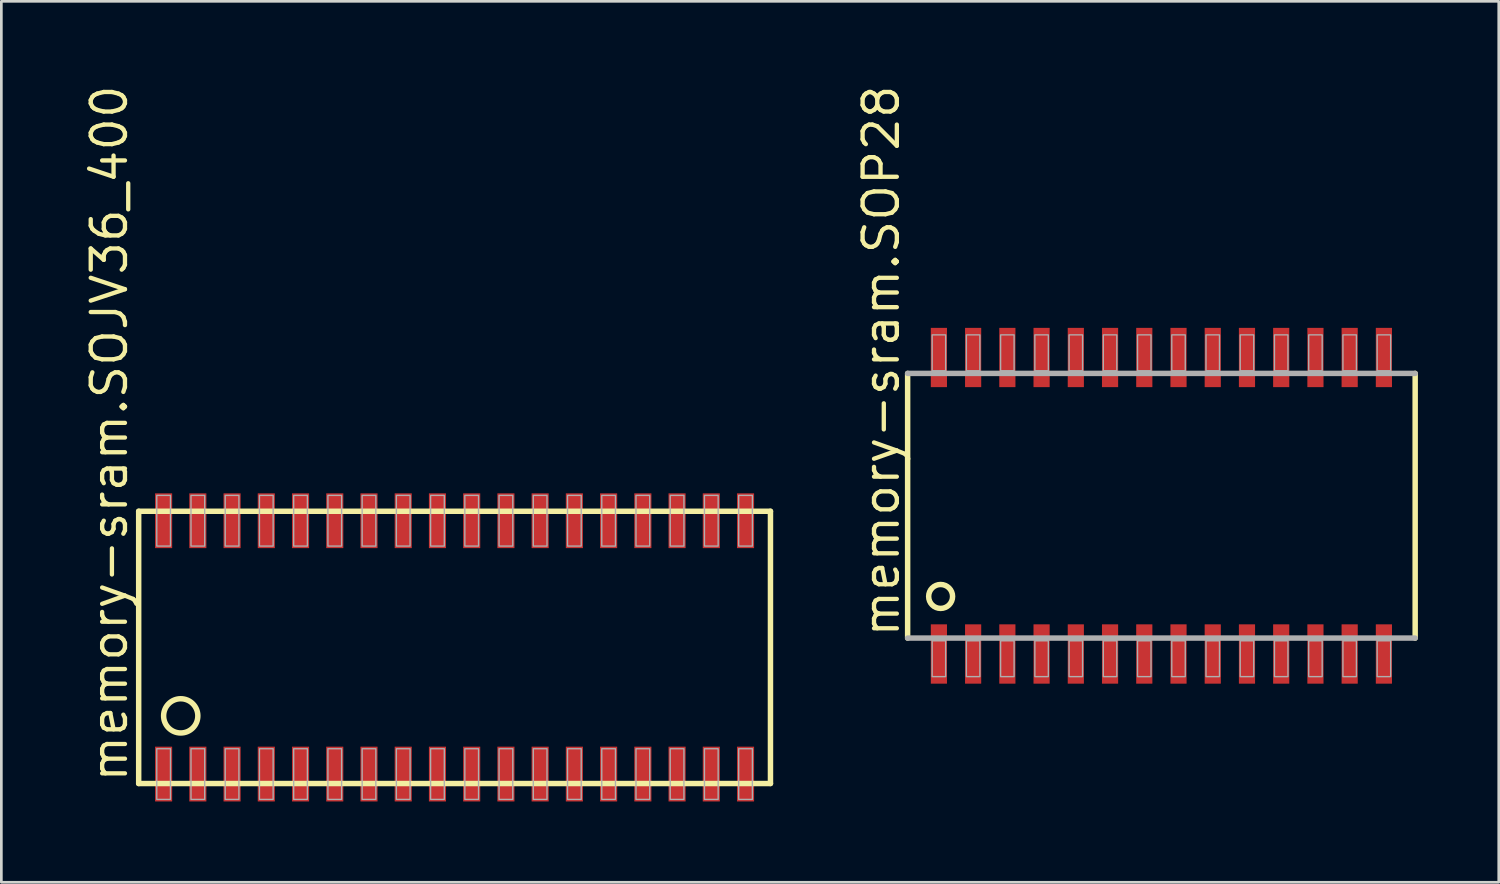
<source format=kicad_pcb>
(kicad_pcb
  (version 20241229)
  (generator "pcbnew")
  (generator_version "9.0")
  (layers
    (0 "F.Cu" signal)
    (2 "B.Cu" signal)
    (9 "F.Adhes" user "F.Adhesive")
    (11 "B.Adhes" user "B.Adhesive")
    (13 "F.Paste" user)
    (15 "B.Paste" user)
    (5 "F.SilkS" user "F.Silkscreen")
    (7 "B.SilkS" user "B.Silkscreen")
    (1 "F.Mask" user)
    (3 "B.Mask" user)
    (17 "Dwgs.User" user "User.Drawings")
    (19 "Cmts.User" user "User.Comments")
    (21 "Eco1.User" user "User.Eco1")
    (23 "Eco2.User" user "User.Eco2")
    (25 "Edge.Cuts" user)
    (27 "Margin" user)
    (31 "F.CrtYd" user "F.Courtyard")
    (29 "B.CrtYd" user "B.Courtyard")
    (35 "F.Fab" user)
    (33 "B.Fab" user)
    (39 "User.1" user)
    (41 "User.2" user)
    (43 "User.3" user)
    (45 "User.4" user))
  (footprint "memory-sram.SOP28"
    (layer "F.Cu")
    (at 40.039 15.714)
    (property "Reference" "memory-sram.SOP28" (at -9.652 4.953 90) (layer "F.SilkS") (effects (font (size 1.27 1.27) (thickness 0.16)) (justify left bottom)))
    (attr smd)
    (fp_line (start -9.415 4.91) (end -9.415 -4.91) (stroke (width 0.203) (type default)) (layer "F.SilkS"))
    (fp_line (start 9.415 -4.91) (end 9.415 4.91) (stroke (width 0.203) (type default)) (layer "F.SilkS"))
    (fp_circle (center -8.191 3.365) (end -7.747 3.365) (stroke (width 0.203) (type default)) (fill no) (layer "F.SilkS"))
    (fp_line (start -9.415 -4.91) (end 9.415 -4.91) (stroke (width 0.203) (type default)) (layer "F.Fab"))
    (fp_line (start 9.415 4.91) (end -9.415 4.91) (stroke (width 0.203) (type default)) (layer "F.Fab"))
    (fp_rect (start -8.505 -5.01) (end -8.005 -6.34) (stroke (width 0.05) (type default)) (fill no) (layer "F.Fab"))
    (fp_rect (start -8.505 6.34) (end -8.005 5.01) (stroke (width 0.05) (type default)) (fill no) (layer "F.Fab"))
    (fp_rect (start -7.235 -5.01) (end -6.735 -6.34) (stroke (width 0.05) (type default)) (fill no) (layer "F.Fab"))
    (fp_rect (start -7.235 6.34) (end -6.735 5.01) (stroke (width 0.05) (type default)) (fill no) (layer "F.Fab"))
    (fp_rect (start -5.965 -5.01) (end -5.465 -6.34) (stroke (width 0.05) (type default)) (fill no) (layer "F.Fab"))
    (fp_rect (start -5.965 6.34) (end -5.465 5.01) (stroke (width 0.05) (type default)) (fill no) (layer "F.Fab"))
    (fp_rect (start -4.695 -5.01) (end -4.195 -6.34) (stroke (width 0.05) (type default)) (fill no) (layer "F.Fab"))
    (fp_rect (start -4.695 6.34) (end -4.195 5.01) (stroke (width 0.05) (type default)) (fill no) (layer "F.Fab"))
    (fp_rect (start -3.425 -5.01) (end -2.925 -6.34) (stroke (width 0.05) (type default)) (fill no) (layer "F.Fab"))
    (fp_rect (start -3.425 6.34) (end -2.925 5.01) (stroke (width 0.05) (type default)) (fill no) (layer "F.Fab"))
    (fp_rect (start -2.155 -5.01) (end -1.655 -6.34) (stroke (width 0.05) (type default)) (fill no) (layer "F.Fab"))
    (fp_rect (start -2.155 6.34) (end -1.655 5.01) (stroke (width 0.05) (type default)) (fill no) (layer "F.Fab"))
    (fp_rect (start -0.885 -5.01) (end -0.385 -6.34) (stroke (width 0.05) (type default)) (fill no) (layer "F.Fab"))
    (fp_rect (start -0.885 6.34) (end -0.385 5.01) (stroke (width 0.05) (type default)) (fill no) (layer "F.Fab"))
    (fp_rect (start 0.385 -5.01) (end 0.885 -6.34) (stroke (width 0.05) (type default)) (fill no) (layer "F.Fab"))
    (fp_rect (start 0.385 6.34) (end 0.885 5.01) (stroke (width 0.05) (type default)) (fill no) (layer "F.Fab"))
    (fp_rect (start 1.655 -5.01) (end 2.155 -6.34) (stroke (width 0.05) (type default)) (fill no) (layer "F.Fab"))
    (fp_rect (start 1.655 6.34) (end 2.155 5.01) (stroke (width 0.05) (type default)) (fill no) (layer "F.Fab"))
    (fp_rect (start 2.925 -5.01) (end 3.425 -6.34) (stroke (width 0.05) (type default)) (fill no) (layer "F.Fab"))
    (fp_rect (start 2.925 6.34) (end 3.425 5.01) (stroke (width 0.05) (type default)) (fill no) (layer "F.Fab"))
    (fp_rect (start 4.195 -5.01) (end 4.695 -6.34) (stroke (width 0.05) (type default)) (fill no) (layer "F.Fab"))
    (fp_rect (start 4.195 6.34) (end 4.695 5.01) (stroke (width 0.05) (type default)) (fill no) (layer "F.Fab"))
    (fp_rect (start 5.465 -5.01) (end 5.965 -6.34) (stroke (width 0.05) (type default)) (fill no) (layer "F.Fab"))
    (fp_rect (start 5.465 6.34) (end 5.965 5.01) (stroke (width 0.05) (type default)) (fill no) (layer "F.Fab"))
    (fp_rect (start 6.735 -5.01) (end 7.235 -6.34) (stroke (width 0.05) (type default)) (fill no) (layer "F.Fab"))
    (fp_rect (start 6.735 6.34) (end 7.235 5.01) (stroke (width 0.05) (type default)) (fill no) (layer "F.Fab"))
    (fp_rect (start 8.005 -5.01) (end 8.505 -6.34) (stroke (width 0.05) (type default)) (fill no) (layer "F.Fab"))
    (fp_rect (start 8.005 6.34) (end 8.505 5.01) (stroke (width 0.05) (type default)) (fill no) (layer "F.Fab"))
    (pad "1" smd roundrect (at -8.255 5.5) (size 0.6 2.2) (layers "F.Cu" "F.Mask" "F.Paste") (roundrect_rratio 0.01))
    (pad "2" smd roundrect (at -6.985 5.5) (size 0.6 2.2) (layers "F.Cu" "F.Mask" "F.Paste") (roundrect_rratio 0.01))
    (pad "3" smd roundrect (at -5.715 5.5) (size 0.6 2.2) (layers "F.Cu" "F.Mask" "F.Paste") (roundrect_rratio 0.01))
    (pad "4" smd roundrect (at -4.445 5.5) (size 0.6 2.2) (layers "F.Cu" "F.Mask" "F.Paste") (roundrect_rratio 0.01))
    (pad "5" smd roundrect (at -3.175 5.5) (size 0.6 2.2) (layers "F.Cu" "F.Mask" "F.Paste") (roundrect_rratio 0.01))
    (pad "6" smd roundrect (at -1.905 5.5) (size 0.6 2.2) (layers "F.Cu" "F.Mask" "F.Paste") (roundrect_rratio 0.01))
    (pad "7" smd roundrect (at -0.635 5.5) (size 0.6 2.2) (layers "F.Cu" "F.Mask" "F.Paste") (roundrect_rratio 0.01))
    (pad "8" smd roundrect (at 0.635 5.5) (size 0.6 2.2) (layers "F.Cu" "F.Mask" "F.Paste") (roundrect_rratio 0.01))
    (pad "9" smd roundrect (at 1.905 5.5) (size 0.6 2.2) (layers "F.Cu" "F.Mask" "F.Paste") (roundrect_rratio 0.01))
    (pad "10" smd roundrect (at 3.175 5.5) (size 0.6 2.2) (layers "F.Cu" "F.Mask" "F.Paste") (roundrect_rratio 0.01))
    (pad "11" smd roundrect (at 4.445 5.5) (size 0.6 2.2) (layers "F.Cu" "F.Mask" "F.Paste") (roundrect_rratio 0.01))
    (pad "12" smd roundrect (at 5.715 5.5) (size 0.6 2.2) (layers "F.Cu" "F.Mask" "F.Paste") (roundrect_rratio 0.01))
    (pad "13" smd roundrect (at 6.985 5.5) (size 0.6 2.2) (layers "F.Cu" "F.Mask" "F.Paste") (roundrect_rratio 0.01))
    (pad "14" smd roundrect (at 8.255 5.5) (size 0.6 2.2) (layers "F.Cu" "F.Mask" "F.Paste") (roundrect_rratio 0.01))
    (pad "15" smd roundrect (at 8.255 -5.5) (size 0.6 2.2) (layers "F.Cu" "F.Mask" "F.Paste") (roundrect_rratio 0.01))
    (pad "16" smd roundrect (at 6.985 -5.5) (size 0.6 2.2) (layers "F.Cu" "F.Mask" "F.Paste") (roundrect_rratio 0.01))
    (pad "17" smd roundrect (at 5.715 -5.5) (size 0.6 2.2) (layers "F.Cu" "F.Mask" "F.Paste") (roundrect_rratio 0.01))
    (pad "18" smd roundrect (at 4.445 -5.5) (size 0.6 2.2) (layers "F.Cu" "F.Mask" "F.Paste") (roundrect_rratio 0.01))
    (pad "19" smd roundrect (at 3.175 -5.5) (size 0.6 2.2) (layers "F.Cu" "F.Mask" "F.Paste") (roundrect_rratio 0.01))
    (pad "20" smd roundrect (at 1.905 -5.5) (size 0.6 2.2) (layers "F.Cu" "F.Mask" "F.Paste") (roundrect_rratio 0.01))
    (pad "21" smd roundrect (at 0.635 -5.5) (size 0.6 2.2) (layers "F.Cu" "F.Mask" "F.Paste") (roundrect_rratio 0.01))
    (pad "22" smd roundrect (at -0.635 -5.5) (size 0.6 2.2) (layers "F.Cu" "F.Mask" "F.Paste") (roundrect_rratio 0.01))
    (pad "23" smd roundrect (at -1.905 -5.5) (size 0.6 2.2) (layers "F.Cu" "F.Mask" "F.Paste") (roundrect_rratio 0.01))
    (pad "24" smd roundrect (at -3.175 -5.5) (size 0.6 2.2) (layers "F.Cu" "F.Mask" "F.Paste") (roundrect_rratio 0.01))
    (pad "25" smd roundrect (at -4.445 -5.5) (size 0.6 2.2) (layers "F.Cu" "F.Mask" "F.Paste") (roundrect_rratio 0.01))
    (pad "26" smd roundrect (at -5.715 -5.5) (size 0.6 2.2) (layers "F.Cu" "F.Mask" "F.Paste") (roundrect_rratio 0.01))
    (pad "27" smd roundrect (at -6.985 -5.5) (size 0.6 2.2) (layers "F.Cu" "F.Mask" "F.Paste") (roundrect_rratio 0.01))
    (pad "28" smd roundrect (at -8.255 -5.5) (size 0.6 2.2) (layers "F.Cu" "F.Mask" "F.Paste") (roundrect_rratio 0.01)))
  (footprint "memory-sram.SOJV36_400"
    (layer "F.Cu")
    (at 13.815 20.969)
    (property "Reference" "memory-sram.SOJV36_400" (at -12.065 5.08 90) (layer "F.SilkS") (effects (font (size 1.27 1.27) (thickness 0.16)) (justify left bottom)))
    (attr smd)
    (fp_line (start -11.72 -5.05) (end 11.72 -5.05) (stroke (width 0.203) (type default)) (layer "F.SilkS"))
    (fp_line (start -11.72 5.05) (end -11.72 -5.05) (stroke (width 0.203) (type default)) (layer "F.SilkS"))
    (fp_line (start 11.72 -5.05) (end 11.72 5.05) (stroke (width 0.203) (type default)) (layer "F.SilkS"))
    (fp_line (start 11.72 5.05) (end -11.72 5.05) (stroke (width 0.203) (type default)) (layer "F.SilkS"))
    (fp_circle (center -10.16 2.54) (end -9.525 2.54) (stroke (width 0.203) (type default)) (fill no) (layer "F.SilkS"))
    (fp_rect (start -11.049 -3.759) (end -10.541 -5.639) (stroke (width 0.05) (type default)) (fill no) (layer "F.Fab"))
    (fp_rect (start -11.049 5.639) (end -10.541 3.759) (stroke (width 0.05) (type default)) (fill no) (layer "F.Fab"))
    (fp_rect (start -9.779 -3.759) (end -9.271 -5.639) (stroke (width 0.05) (type default)) (fill no) (layer "F.Fab"))
    (fp_rect (start -9.779 5.639) (end -9.271 3.759) (stroke (width 0.05) (type default)) (fill no) (layer "F.Fab"))
    (fp_rect (start -8.509 -3.759) (end -8.001 -5.639) (stroke (width 0.05) (type default)) (fill no) (layer "F.Fab"))
    (fp_rect (start -8.509 5.639) (end -8.001 3.759) (stroke (width 0.05) (type default)) (fill no) (layer "F.Fab"))
    (fp_rect (start -7.239 -3.759) (end -6.731 -5.639) (stroke (width 0.05) (type default)) (fill no) (layer "F.Fab"))
    (fp_rect (start -7.239 5.639) (end -6.731 3.759) (stroke (width 0.05) (type default)) (fill no) (layer "F.Fab"))
    (fp_rect (start -5.969 -3.759) (end -5.461 -5.639) (stroke (width 0.05) (type default)) (fill no) (layer "F.Fab"))
    (fp_rect (start -5.969 5.639) (end -5.461 3.759) (stroke (width 0.05) (type default)) (fill no) (layer "F.Fab"))
    (fp_rect (start -4.699 -3.759) (end -4.191 -5.639) (stroke (width 0.05) (type default)) (fill no) (layer "F.Fab"))
    (fp_rect (start -4.699 5.639) (end -4.191 3.759) (stroke (width 0.05) (type default)) (fill no) (layer "F.Fab"))
    (fp_rect (start -3.429 -3.759) (end -2.921 -5.639) (stroke (width 0.05) (type default)) (fill no) (layer "F.Fab"))
    (fp_rect (start -3.429 5.639) (end -2.921 3.759) (stroke (width 0.05) (type default)) (fill no) (layer "F.Fab"))
    (fp_rect (start -2.159 -3.759) (end -1.651 -5.639) (stroke (width 0.05) (type default)) (fill no) (layer "F.Fab"))
    (fp_rect (start -2.159 5.639) (end -1.651 3.759) (stroke (width 0.05) (type default)) (fill no) (layer "F.Fab"))
    (fp_rect (start -0.889 -3.759) (end -0.381 -5.639) (stroke (width 0.05) (type default)) (fill no) (layer "F.Fab"))
    (fp_rect (start -0.889 5.639) (end -0.381 3.759) (stroke (width 0.05) (type default)) (fill no) (layer "F.Fab"))
    (fp_rect (start 0.381 -3.759) (end 0.889 -5.639) (stroke (width 0.05) (type default)) (fill no) (layer "F.Fab"))
    (fp_rect (start 0.381 5.639) (end 0.889 3.759) (stroke (width 0.05) (type default)) (fill no) (layer "F.Fab"))
    (fp_rect (start 1.651 -3.759) (end 2.159 -5.639) (stroke (width 0.05) (type default)) (fill no) (layer "F.Fab"))
    (fp_rect (start 1.651 5.639) (end 2.159 3.759) (stroke (width 0.05) (type default)) (fill no) (layer "F.Fab"))
    (fp_rect (start 2.921 -3.759) (end 3.429 -5.639) (stroke (width 0.05) (type default)) (fill no) (layer "F.Fab"))
    (fp_rect (start 2.921 5.639) (end 3.429 3.759) (stroke (width 0.05) (type default)) (fill no) (layer "F.Fab"))
    (fp_rect (start 4.191 -3.759) (end 4.699 -5.639) (stroke (width 0.05) (type default)) (fill no) (layer "F.Fab"))
    (fp_rect (start 4.191 5.639) (end 4.699 3.759) (stroke (width 0.05) (type default)) (fill no) (layer "F.Fab"))
    (fp_rect (start 5.461 -3.759) (end 5.969 -5.639) (stroke (width 0.05) (type default)) (fill no) (layer "F.Fab"))
    (fp_rect (start 5.461 5.639) (end 5.969 3.759) (stroke (width 0.05) (type default)) (fill no) (layer "F.Fab"))
    (fp_rect (start 6.731 -3.759) (end 7.239 -5.639) (stroke (width 0.05) (type default)) (fill no) (layer "F.Fab"))
    (fp_rect (start 6.731 5.639) (end 7.239 3.759) (stroke (width 0.05) (type default)) (fill no) (layer "F.Fab"))
    (fp_rect (start 8.001 -3.759) (end 8.509 -5.639) (stroke (width 0.05) (type default)) (fill no) (layer "F.Fab"))
    (fp_rect (start 8.001 5.639) (end 8.509 3.759) (stroke (width 0.05) (type default)) (fill no) (layer "F.Fab"))
    (fp_rect (start 9.271 -3.759) (end 9.779 -5.639) (stroke (width 0.05) (type default)) (fill no) (layer "F.Fab"))
    (fp_rect (start 9.271 5.639) (end 9.779 3.759) (stroke (width 0.05) (type default)) (fill no) (layer "F.Fab"))
    (fp_rect (start 10.541 -3.759) (end 11.049 -5.639) (stroke (width 0.05) (type default)) (fill no) (layer "F.Fab"))
    (fp_rect (start 10.541 5.639) (end 11.049 3.759) (stroke (width 0.05) (type default)) (fill no) (layer "F.Fab"))
    (pad "1" smd roundrect (at -10.795 4.699) (size 0.635 2.032) (layers "F.Cu" "F.Mask" "F.Paste") (roundrect_rratio 0.01))
    (pad "2" smd roundrect (at -9.525 4.699) (size 0.635 2.032) (layers "F.Cu" "F.Mask" "F.Paste") (roundrect_rratio 0.01))
    (pad "3" smd roundrect (at -8.255 4.699) (size 0.635 2.032) (layers "F.Cu" "F.Mask" "F.Paste") (roundrect_rratio 0.01))
    (pad "4" smd roundrect (at -6.985 4.699) (size 0.635 2.032) (layers "F.Cu" "F.Mask" "F.Paste") (roundrect_rratio 0.01))
    (pad "5" smd roundrect (at -5.715 4.699) (size 0.635 2.032) (layers "F.Cu" "F.Mask" "F.Paste") (roundrect_rratio 0.01))
    (pad "6" smd roundrect (at -4.445 4.699) (size 0.635 2.032) (layers "F.Cu" "F.Mask" "F.Paste") (roundrect_rratio 0.01))
    (pad "7" smd roundrect (at -3.175 4.699) (size 0.635 2.032) (layers "F.Cu" "F.Mask" "F.Paste") (roundrect_rratio 0.01))
    (pad "8" smd roundrect (at -1.905 4.699) (size 0.635 2.032) (layers "F.Cu" "F.Mask" "F.Paste") (roundrect_rratio 0.01))
    (pad "9" smd roundrect (at -0.635 4.699) (size 0.635 2.032) (layers "F.Cu" "F.Mask" "F.Paste") (roundrect_rratio 0.01))
    (pad "10" smd roundrect (at 0.635 4.699) (size 0.635 2.032) (layers "F.Cu" "F.Mask" "F.Paste") (roundrect_rratio 0.01))
    (pad "11" smd roundrect (at 1.905 4.699) (size 0.635 2.032) (layers "F.Cu" "F.Mask" "F.Paste") (roundrect_rratio 0.01))
    (pad "12" smd roundrect (at 3.175 4.699) (size 0.635 2.032) (layers "F.Cu" "F.Mask" "F.Paste") (roundrect_rratio 0.01))
    (pad "13" smd roundrect (at 4.445 4.699) (size 0.635 2.032) (layers "F.Cu" "F.Mask" "F.Paste") (roundrect_rratio 0.01))
    (pad "14" smd roundrect (at 5.715 4.699) (size 0.635 2.032) (layers "F.Cu" "F.Mask" "F.Paste") (roundrect_rratio 0.01))
    (pad "15" smd roundrect (at 6.985 4.699) (size 0.635 2.032) (layers "F.Cu" "F.Mask" "F.Paste") (roundrect_rratio 0.01))
    (pad "16" smd roundrect (at 8.255 4.699) (size 0.635 2.032) (layers "F.Cu" "F.Mask" "F.Paste") (roundrect_rratio 0.01))
    (pad "17" smd roundrect (at 9.525 4.699) (size 0.635 2.032) (layers "F.Cu" "F.Mask" "F.Paste") (roundrect_rratio 0.01))
    (pad "18" smd roundrect (at 10.795 4.699) (size 0.635 2.032) (layers "F.Cu" "F.Mask" "F.Paste") (roundrect_rratio 0.01))
    (pad "19" smd roundrect (at 10.795 -4.699 180) (size 0.635 2.032) (layers "F.Cu" "F.Mask" "F.Paste") (roundrect_rratio 0.01))
    (pad "20" smd roundrect (at 9.525 -4.699 180) (size 0.635 2.032) (layers "F.Cu" "F.Mask" "F.Paste") (roundrect_rratio 0.01))
    (pad "21" smd roundrect (at 8.255 -4.699 180) (size 0.635 2.032) (layers "F.Cu" "F.Mask" "F.Paste") (roundrect_rratio 0.01))
    (pad "22" smd roundrect (at 6.985 -4.699 180) (size 0.635 2.032) (layers "F.Cu" "F.Mask" "F.Paste") (roundrect_rratio 0.01))
    (pad "23" smd roundrect (at 5.715 -4.699 180) (size 0.635 2.032) (layers "F.Cu" "F.Mask" "F.Paste") (roundrect_rratio 0.01))
    (pad "24" smd roundrect (at 4.445 -4.699 180) (size 0.635 2.032) (layers "F.Cu" "F.Mask" "F.Paste") (roundrect_rratio 0.01))
    (pad "25" smd roundrect (at 3.175 -4.699 180) (size 0.635 2.032) (layers "F.Cu" "F.Mask" "F.Paste") (roundrect_rratio 0.01))
    (pad "26" smd roundrect (at 1.905 -4.699 180) (size 0.635 2.032) (layers "F.Cu" "F.Mask" "F.Paste") (roundrect_rratio 0.01))
    (pad "27" smd roundrect (at 0.635 -4.699 180) (size 0.635 2.032) (layers "F.Cu" "F.Mask" "F.Paste") (roundrect_rratio 0.01))
    (pad "28" smd roundrect (at -0.635 -4.699 180) (size 0.635 2.032) (layers "F.Cu" "F.Mask" "F.Paste") (roundrect_rratio 0.01))
    (pad "29" smd roundrect (at -1.905 -4.699 180) (size 0.635 2.032) (layers "F.Cu" "F.Mask" "F.Paste") (roundrect_rratio 0.01))
    (pad "30" smd roundrect (at -3.175 -4.699 180) (size 0.635 2.032) (layers "F.Cu" "F.Mask" "F.Paste") (roundrect_rratio 0.01))
    (pad "31" smd roundrect (at -4.445 -4.699 180) (size 0.635 2.032) (layers "F.Cu" "F.Mask" "F.Paste") (roundrect_rratio 0.01))
    (pad "32" smd roundrect (at -5.715 -4.699 180) (size 0.635 2.032) (layers "F.Cu" "F.Mask" "F.Paste") (roundrect_rratio 0.01))
    (pad "33" smd roundrect (at -6.985 -4.699 180) (size 0.635 2.032) (layers "F.Cu" "F.Mask" "F.Paste") (roundrect_rratio 0.01))
    (pad "34" smd roundrect (at -8.255 -4.699 180) (size 0.635 2.032) (layers "F.Cu" "F.Mask" "F.Paste") (roundrect_rratio 0.01))
    (pad "35" smd roundrect (at -9.525 -4.699 180) (size 0.635 2.032) (layers "F.Cu" "F.Mask" "F.Paste") (roundrect_rratio 0.01))
    (pad "36" smd roundrect (at -10.795 -4.699 180) (size 0.635 2.032) (layers "F.Cu" "F.Mask" "F.Paste") (roundrect_rratio 0.01)))
  (gr_rect
    (start -3 -3)
    (end 52.555 29.684)
    (stroke (width 0.1) (type default))
    (fill no)
    (layer "Edge.Cuts")))
</source>
